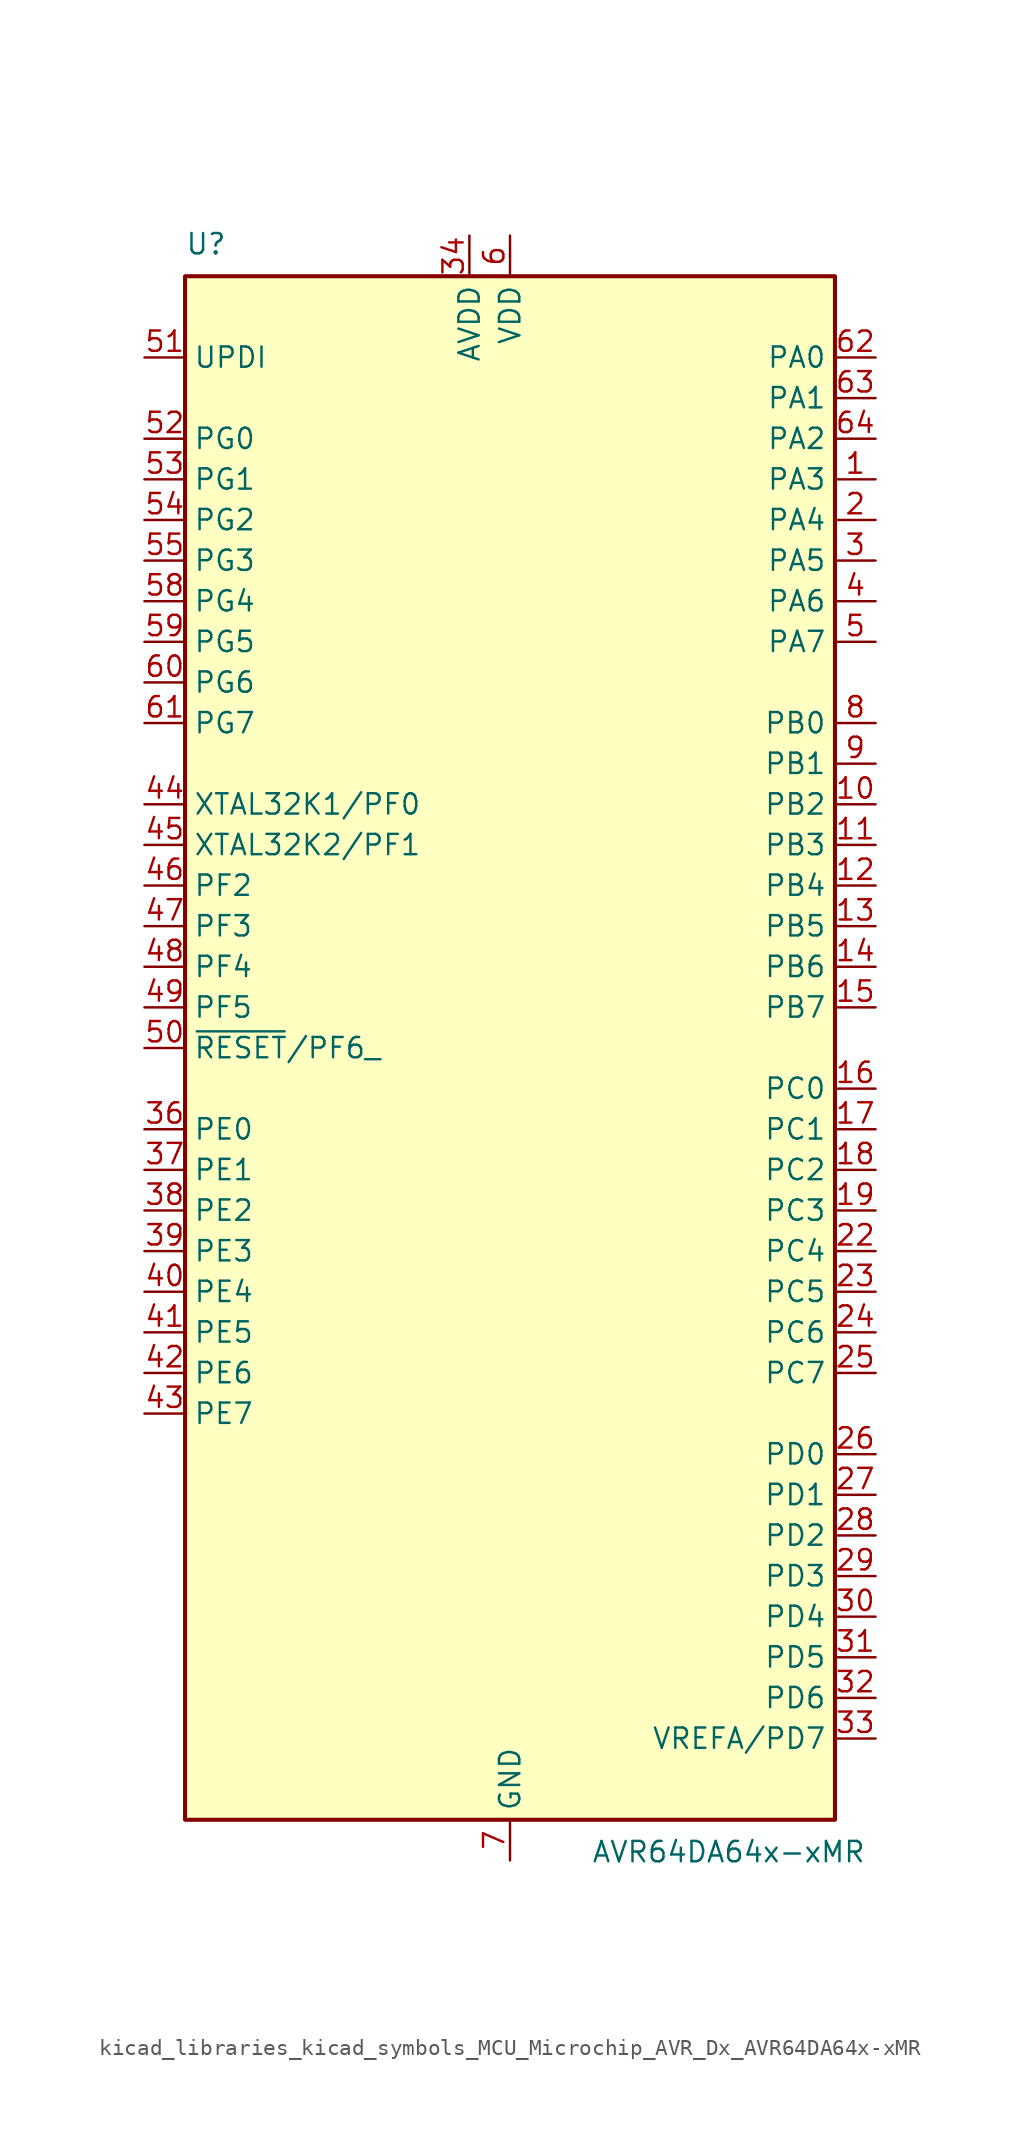
<source format=kicad_sym>
(kicad_symbol_lib
  (version 20220914)
  (generator kicad_symbol_editor)
  (symbol "kicad_libraries_kicad_symbols_MCU_Microchip_AVR_Dx_AVR64DA64x-xMR"
    (property "Reference" "U"
      (at -20.32 49.53 0)
      (effects (font (size 1.27 1.27)) (justify left bottom)))
    (property "Value" "AVR64DA64x-xMR"
      (at 5.08 -49.53 0)
      (effects (font (size 1.27 1.27)) (justify left top)))
    (symbol "kicad_libraries_kicad_symbols_MCU_Microchip_AVR_Dx_AVR64DA64x-xMR_0_1"
      (rectangle (start -20.32 48.26) (end 20.32 -48.26) (stroke (width 0.254) (type default)) (fill (type background))))
    (symbol "kicad_libraries_kicad_symbols_MCU_Microchip_AVR_Dx_AVR64DA64x-xMR_1_1"
      (pin bidirectional line (at 22.86 35.56 180) (length 2.54) (name "PA3" (effects (font (size 1.27 1.27)))) (number "1" (effects (font (size 1.27 1.27)))))
      (pin bidirectional line (at 22.86 15.24 180) (length 2.54) (name "PB2" (effects (font (size 1.27 1.27)))) (number "10" (effects (font (size 1.27 1.27)))))
      (pin bidirectional line (at 22.86 12.7 180) (length 2.54) (name "PB3" (effects (font (size 1.27 1.27)))) (number "11" (effects (font (size 1.27 1.27)))))
      (pin bidirectional line (at 22.86 10.16 180) (length 2.54) (name "PB4" (effects (font (size 1.27 1.27)))) (number "12" (effects (font (size 1.27 1.27)))))
      (pin bidirectional line (at 22.86 7.62 180) (length 2.54) (name "PB5" (effects (font (size 1.27 1.27)))) (number "13" (effects (font (size 1.27 1.27)))))
      (pin bidirectional line (at 22.86 5.08 180) (length 2.54) (name "PB6" (effects (font (size 1.27 1.27)))) (number "14" (effects (font (size 1.27 1.27)))))
      (pin bidirectional line (at 22.86 2.54 180) (length 2.54) (name "PB7" (effects (font (size 1.27 1.27)))) (number "15" (effects (font (size 1.27 1.27)))))
      (pin bidirectional line (at 22.86 -2.54 180) (length 2.54) (name "PC0" (effects (font (size 1.27 1.27)))) (number "16" (effects (font (size 1.27 1.27)))))
      (pin bidirectional line (at 22.86 -5.08 180) (length 2.54) (name "PC1" (effects (font (size 1.27 1.27)))) (number "17" (effects (font (size 1.27 1.27)))))
      (pin bidirectional line (at 22.86 -7.62 180) (length 2.54) (name "PC2" (effects (font (size 1.27 1.27)))) (number "18" (effects (font (size 1.27 1.27)))))
      (pin bidirectional line (at 22.86 -10.16 180) (length 2.54) (name "PC3" (effects (font (size 1.27 1.27)))) (number "19" (effects (font (size 1.27 1.27)))))
      (pin bidirectional line (at 22.86 33.02 180) (length 2.54) (name "PA4" (effects (font (size 1.27 1.27)))) (number "2" (effects (font (size 1.27 1.27)))))
      (pin passive line (at 0 50.8 270) (length 2.54) hide (name "VDD" (effects (font (size 1.27 1.27)))) (number "20" (effects (font (size 1.27 1.27)))))
      (pin passive line (at 0 -50.8 90) (length 2.54) hide (name "GND" (effects (font (size 1.27 1.27)))) (number "21" (effects (font (size 1.27 1.27)))))
      (pin bidirectional line (at 22.86 -12.7 180) (length 2.54) (name "PC4" (effects (font (size 1.27 1.27)))) (number "22" (effects (font (size 1.27 1.27)))))
      (pin bidirectional line (at 22.86 -15.24 180) (length 2.54) (name "PC5" (effects (font (size 1.27 1.27)))) (number "23" (effects (font (size 1.27 1.27)))))
      (pin bidirectional line (at 22.86 -17.78 180) (length 2.54) (name "PC6" (effects (font (size 1.27 1.27)))) (number "24" (effects (font (size 1.27 1.27)))))
      (pin bidirectional line (at 22.86 -20.32 180) (length 2.54) (name "PC7" (effects (font (size 1.27 1.27)))) (number "25" (effects (font (size 1.27 1.27)))))
      (pin bidirectional line (at 22.86 -25.4 180) (length 2.54) (name "PD0" (effects (font (size 1.27 1.27)))) (number "26" (effects (font (size 1.27 1.27)))))
      (pin bidirectional line (at 22.86 -27.94 180) (length 2.54) (name "PD1" (effects (font (size 1.27 1.27)))) (number "27" (effects (font (size 1.27 1.27)))))
      (pin bidirectional line (at 22.86 -30.48 180) (length 2.54) (name "PD2" (effects (font (size 1.27 1.27)))) (number "28" (effects (font (size 1.27 1.27)))))
      (pin bidirectional line (at 22.86 -33.02 180) (length 2.54) (name "PD3" (effects (font (size 1.27 1.27)))) (number "29" (effects (font (size 1.27 1.27)))))
      (pin bidirectional line (at 22.86 30.48 180) (length 2.54) (name "PA5" (effects (font (size 1.27 1.27)))) (number "3" (effects (font (size 1.27 1.27)))))
      (pin bidirectional line (at 22.86 -35.56 180) (length 2.54) (name "PD4" (effects (font (size 1.27 1.27)))) (number "30" (effects (font (size 1.27 1.27)))))
      (pin bidirectional line (at 22.86 -38.1 180) (length 2.54) (name "PD5" (effects (font (size 1.27 1.27)))) (number "31" (effects (font (size 1.27 1.27)))))
      (pin bidirectional line (at 22.86 -40.64 180) (length 2.54) (name "PD6" (effects (font (size 1.27 1.27)))) (number "32" (effects (font (size 1.27 1.27)))))
      (pin bidirectional line (at 22.86 -43.18 180) (length 2.54) (name "VREFA/PD7" (effects (font (size 1.27 1.27)))) (number "33" (effects (font (size 1.27 1.27)))))
      (pin power_in line (at -2.54 50.8 270) (length 2.54) (name "AVDD" (effects (font (size 1.27 1.27)))) (number "34" (effects (font (size 1.27 1.27)))))
      (pin passive line (at 0 -50.8 90) (length 2.54) hide (name "GND" (effects (font (size 1.27 1.27)))) (number "35" (effects (font (size 1.27 1.27)))))
      (pin bidirectional line (at -22.86 -5.08 0) (length 2.54) (name "PE0" (effects (font (size 1.27 1.27)))) (number "36" (effects (font (size 1.27 1.27)))))
      (pin bidirectional line (at -22.86 -7.62 0) (length 2.54) (name "PE1" (effects (font (size 1.27 1.27)))) (number "37" (effects (font (size 1.27 1.27)))))
      (pin bidirectional line (at -22.86 -10.16 0) (length 2.54) (name "PE2" (effects (font (size 1.27 1.27)))) (number "38" (effects (font (size 1.27 1.27)))))
      (pin bidirectional line (at -22.86 -12.7 0) (length 2.54) (name "PE3" (effects (font (size 1.27 1.27)))) (number "39" (effects (font (size 1.27 1.27)))))
      (pin bidirectional line (at 22.86 27.94 180) (length 2.54) (name "PA6" (effects (font (size 1.27 1.27)))) (number "4" (effects (font (size 1.27 1.27)))))
      (pin bidirectional line (at -22.86 -15.24 0) (length 2.54) (name "PE4" (effects (font (size 1.27 1.27)))) (number "40" (effects (font (size 1.27 1.27)))))
      (pin bidirectional line (at -22.86 -17.78 0) (length 2.54) (name "PE5" (effects (font (size 1.27 1.27)))) (number "41" (effects (font (size 1.27 1.27)))))
      (pin bidirectional line (at -22.86 -20.32 0) (length 2.54) (name "PE6" (effects (font (size 1.27 1.27)))) (number "42" (effects (font (size 1.27 1.27)))))
      (pin bidirectional line (at -22.86 -22.86 0) (length 2.54) (name "PE7" (effects (font (size 1.27 1.27)))) (number "43" (effects (font (size 1.27 1.27)))))
      (pin bidirectional line (at -22.86 15.24 0) (length 2.54) (name "XTAL32K1/PF0" (effects (font (size 1.27 1.27)))) (number "44" (effects (font (size 1.27 1.27)))))
      (pin bidirectional line (at -22.86 12.7 0) (length 2.54) (name "XTAL32K2/PF1" (effects (font (size 1.27 1.27)))) (number "45" (effects (font (size 1.27 1.27)))))
      (pin bidirectional line (at -22.86 10.16 0) (length 2.54) (name "PF2" (effects (font (size 1.27 1.27)))) (number "46" (effects (font (size 1.27 1.27)))))
      (pin bidirectional line (at -22.86 7.62 0) (length 2.54) (name "PF3" (effects (font (size 1.27 1.27)))) (number "47" (effects (font (size 1.27 1.27)))))
      (pin bidirectional line (at -22.86 5.08 0) (length 2.54) (name "PF4" (effects (font (size 1.27 1.27)))) (number "48" (effects (font (size 1.27 1.27)))))
      (pin bidirectional line (at -22.86 2.54 0) (length 2.54) (name "PF5" (effects (font (size 1.27 1.27)))) (number "49" (effects (font (size 1.27 1.27)))))
      (pin bidirectional line (at 22.86 25.4 180) (length 2.54) (name "PA7" (effects (font (size 1.27 1.27)))) (number "5" (effects (font (size 1.27 1.27)))))
      (pin bidirectional line (at -22.86 0 0) (length 2.54) (name "~{RESET}/PF6_" (effects (font (size 1.27 1.27)))) (number "50" (effects (font (size 1.27 1.27)))))
      (pin input line (at -22.86 43.18 0) (length 2.54) (name "UPDI" (effects (font (size 1.27 1.27)))) (number "51" (effects (font (size 1.27 1.27)))))
      (pin bidirectional line (at -22.86 38.1 0) (length 2.54) (name "PG0" (effects (font (size 1.27 1.27)))) (number "52" (effects (font (size 1.27 1.27)))))
      (pin bidirectional line (at -22.86 35.56 0) (length 2.54) (name "PG1" (effects (font (size 1.27 1.27)))) (number "53" (effects (font (size 1.27 1.27)))))
      (pin bidirectional line (at -22.86 33.02 0) (length 2.54) (name "PG2" (effects (font (size 1.27 1.27)))) (number "54" (effects (font (size 1.27 1.27)))))
      (pin bidirectional line (at -22.86 30.48 0) (length 2.54) (name "PG3" (effects (font (size 1.27 1.27)))) (number "55" (effects (font (size 1.27 1.27)))))
      (pin passive line (at 0 50.8 270) (length 2.54) hide (name "VDD" (effects (font (size 1.27 1.27)))) (number "56" (effects (font (size 1.27 1.27)))))
      (pin passive line (at 0 -50.8 90) (length 2.54) hide (name "GND" (effects (font (size 1.27 1.27)))) (number "57" (effects (font (size 1.27 1.27)))))
      (pin bidirectional line (at -22.86 27.94 0) (length 2.54) (name "PG4" (effects (font (size 1.27 1.27)))) (number "58" (effects (font (size 1.27 1.27)))))
      (pin bidirectional line (at -22.86 25.4 0) (length 2.54) (name "PG5" (effects (font (size 1.27 1.27)))) (number "59" (effects (font (size 1.27 1.27)))))
      (pin power_in line (at 0 50.8 270) (length 2.54) (name "VDD" (effects (font (size 1.27 1.27)))) (number "6" (effects (font (size 1.27 1.27)))))
      (pin bidirectional line (at -22.86 22.86 0) (length 2.54) (name "PG6" (effects (font (size 1.27 1.27)))) (number "60" (effects (font (size 1.27 1.27)))))
      (pin bidirectional line (at -22.86 20.32 0) (length 2.54) (name "PG7" (effects (font (size 1.27 1.27)))) (number "61" (effects (font (size 1.27 1.27)))))
      (pin bidirectional line (at 22.86 43.18 180) (length 2.54) (name "PA0" (effects (font (size 1.27 1.27)))) (number "62" (effects (font (size 1.27 1.27)))))
      (pin bidirectional line (at 22.86 40.64 180) (length 2.54) (name "PA1" (effects (font (size 1.27 1.27)))) (number "63" (effects (font (size 1.27 1.27)))))
      (pin bidirectional line (at 22.86 38.1 180) (length 2.54) (name "PA2" (effects (font (size 1.27 1.27)))) (number "64" (effects (font (size 1.27 1.27)))))
      (pin passive line (at 0 -50.8 90) (length 2.54) hide (name "GND" (effects (font (size 1.27 1.27)))) (number "65" (effects (font (size 1.27 1.27)))))
      (pin power_in line (at 0 -50.8 90) (length 2.54) (name "GND" (effects (font (size 1.27 1.27)))) (number "7" (effects (font (size 1.27 1.27)))))
      (pin bidirectional line (at 22.86 20.32 180) (length 2.54) (name "PB0" (effects (font (size 1.27 1.27)))) (number "8" (effects (font (size 1.27 1.27)))))
      (pin bidirectional line (at 22.86 17.78 180) (length 2.54) (name "PB1" (effects (font (size 1.27 1.27)))) (number "9" (effects (font (size 1.27 1.27))))))))
</source>
